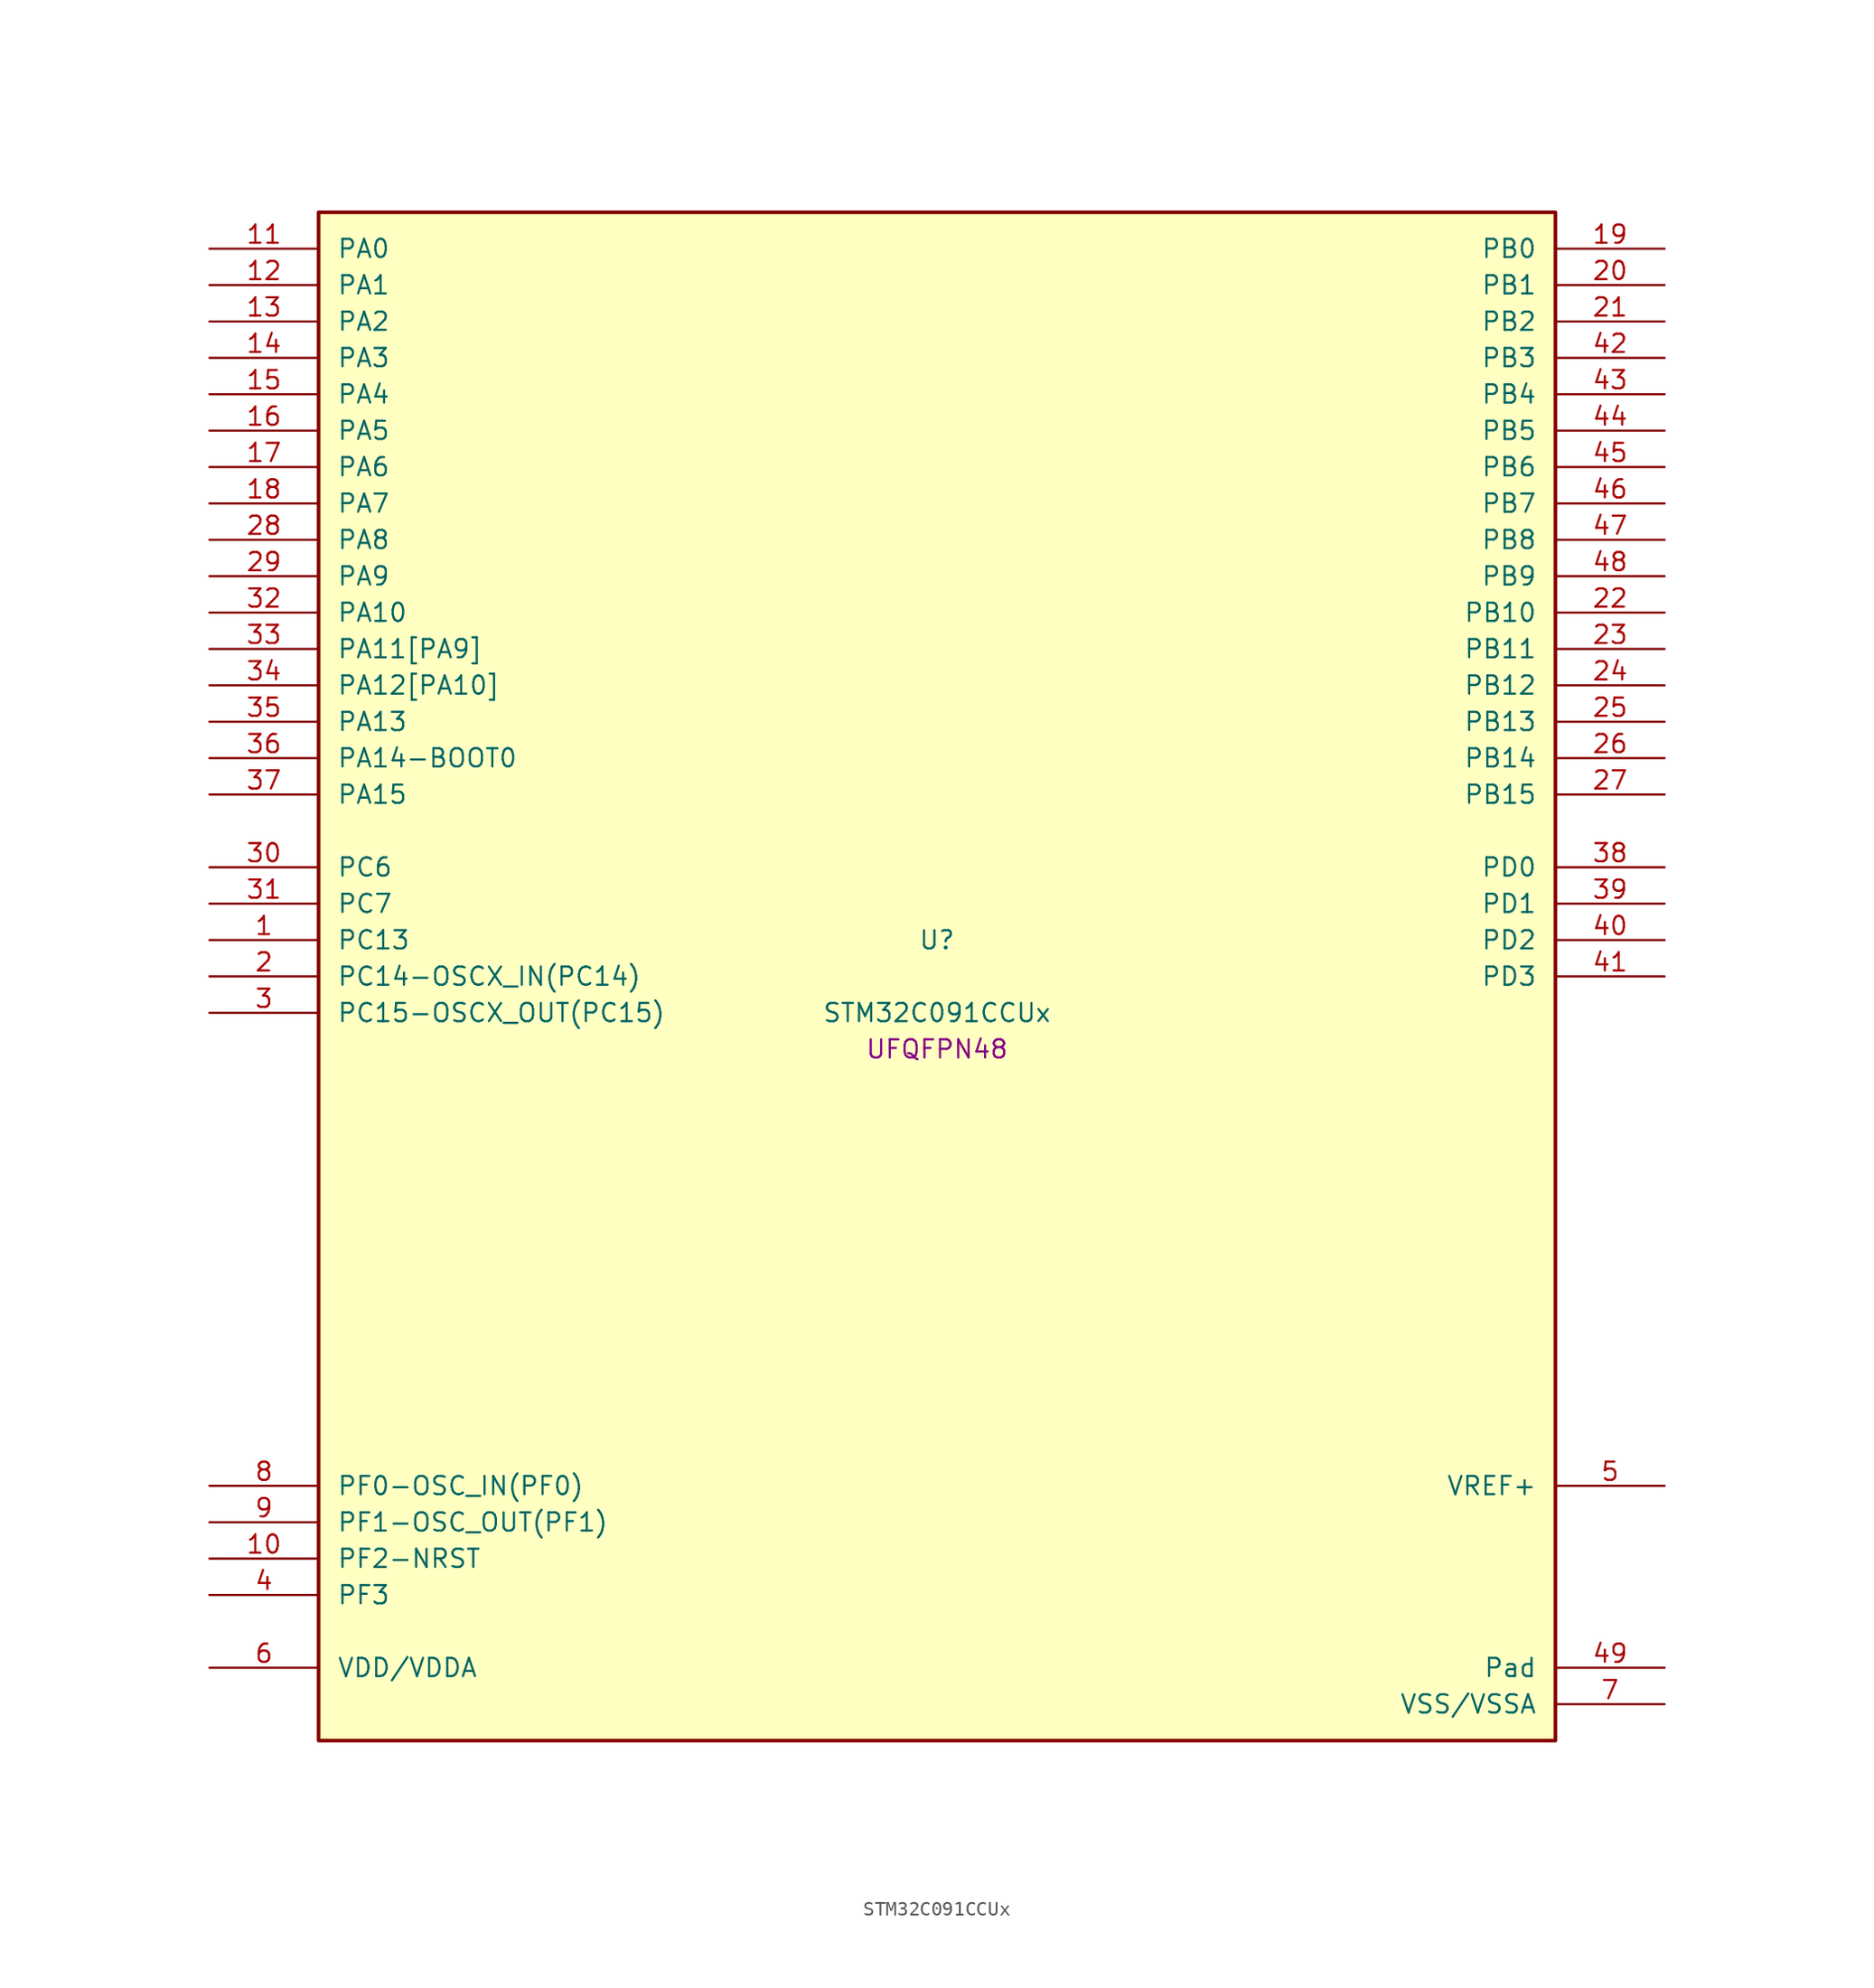
<source format=kicad_sym>
(kicad_symbol_lib
  (version 20241209)
  (generator "stm32_pkl_generator")
  (generator_version "1.0")
  (symbol "STM32C091CCUx"
    (pin_names
      (offset 1.27))
    (property "Reference" "U"
      (at 0 2.54 0))
    (property "Value" "STM32C091CCUx"
      (at 0 -2.54 0))
    (property "Footprint" "UFQFPN48"
      (at 0 -5.08 0))
    (symbol "STM32C091CCUx_1_1"
      (rectangle (start -43.18 53.34) (end 43.18 -53.34) (stroke (width 0.254) (type solid)) (fill (type background)))
      (pin bidirectional line (at -50.8 50.8 0) (length 7.62) (name "PA0") (number "11") (alternate "PA0/ADC1_IN0" bidirectional line) (alternate "PA0/PWR_WKUP1" bidirectional line) (alternate "PA0/SPI2_SCK" bidirectional line) (alternate "PA0/TIM16_CH1" bidirectional line) (alternate "PA0/TIM1_CH1" bidirectional line) (alternate "PA0/TIM2_CH1" bidirectional line) (alternate "PA0/TIM2_ETR" bidirectional line) (alternate "PA0/USART1_TX" bidirectional line) (alternate "PA0/USART2_CTS" bidirectional line) (alternate "PA0/USART2_NSS" bidirectional line) (alternate "PA0/USART4_TX" bidirectional line))
      (pin bidirectional line (at -50.8 48.26 0) (length 7.62) (name "PA1") (number "12") (alternate "PA1/ADC1_IN1" bidirectional line) (alternate "PA1/I2C1_SMBA" bidirectional line) (alternate "PA1/I2S1_CK" bidirectional line) (alternate "PA1/SPI1_SCK" bidirectional line) (alternate "PA1/TIM15_CH1N" bidirectional line) (alternate "PA1/TIM17_CH1" bidirectional line) (alternate "PA1/TIM1_CH2" bidirectional line) (alternate "PA1/TIM2_CH2" bidirectional line) (alternate "PA1/USART1_RX" bidirectional line) (alternate "PA1/USART2_CK" bidirectional line) (alternate "PA1/USART2_DE" bidirectional line) (alternate "PA1/USART2_RTS" bidirectional line) (alternate "PA1/USART4_RX" bidirectional line))
      (pin bidirectional line (at -50.8 45.72 0) (length 7.62) (name "PA2") (number "13") (alternate "PA2/ADC1_IN2" bidirectional line) (alternate "PA2/I2S1_SD" bidirectional line) (alternate "PA2/PWR_WKUP4" bidirectional line) (alternate "PA2/RCC_LSCO" bidirectional line) (alternate "PA2/SPI1_MOSI" bidirectional line) (alternate "PA2/TIM15_CH1" bidirectional line) (alternate "PA2/TIM16_CH1N" bidirectional line) (alternate "PA2/TIM1_CH3" bidirectional line) (alternate "PA2/TIM2_CH3" bidirectional line) (alternate "PA2/TIM3_ETR" bidirectional line) (alternate "PA2/USART2_TX" bidirectional line))
      (pin bidirectional line (at -50.8 43.18 0) (length 7.62) (name "PA3") (number "14") (alternate "PA3/ADC1_IN3" bidirectional line) (alternate "PA3/SPI2_MISO" bidirectional line) (alternate "PA3/TIM15_CH2" bidirectional line) (alternate "PA3/TIM1_CH1N" bidirectional line) (alternate "PA3/TIM1_CH4" bidirectional line) (alternate "PA3/TIM2_CH4" bidirectional line) (alternate "PA3/USART2_RX" bidirectional line))
      (pin bidirectional line (at -50.8 40.64 0) (length 7.62) (name "PA4") (number "15") (alternate "PA4/ADC1_IN4" bidirectional line) (alternate "PA4/I2S1_WS" bidirectional line) (alternate "PA4/RTC_OUT2" bidirectional line) (alternate "PA4/SPI1_NSS" bidirectional line) (alternate "PA4/SPI2_MOSI" bidirectional line) (alternate "PA4/TIM14_CH1" bidirectional line) (alternate "PA4/TIM17_CH1N" bidirectional line) (alternate "PA4/TIM1_CH2N" bidirectional line) (alternate "PA4/USART2_TX" bidirectional line))
      (pin bidirectional line (at -50.8 38.1 0) (length 7.62) (name "PA5") (number "16") (alternate "PA5/ADC1_IN5" bidirectional line) (alternate "PA5/I2S1_CK" bidirectional line) (alternate "PA5/SPI1_SCK" bidirectional line) (alternate "PA5/TIM1_CH1" bidirectional line) (alternate "PA5/TIM1_CH3N" bidirectional line) (alternate "PA5/TIM2_CH1" bidirectional line) (alternate "PA5/TIM2_ETR" bidirectional line) (alternate "PA5/USART2_RX" bidirectional line) (alternate "PA5/USART3_TX" bidirectional line))
      (pin bidirectional line (at -50.8 35.56 0) (length 7.62) (name "PA6") (number "17") (alternate "PA6/ADC1_IN6" bidirectional line) (alternate "PA6/I2C2_SDA" bidirectional line) (alternate "PA6/I2S1_MCK" bidirectional line) (alternate "PA6/SPI1_MISO" bidirectional line) (alternate "PA6/TIM16_CH1" bidirectional line) (alternate "PA6/TIM1_BKIN" bidirectional line) (alternate "PA6/TIM3_CH1" bidirectional line) (alternate "PA6/USART3_CTS" bidirectional line) (alternate "PA6/USART3_NSS" bidirectional line))
      (pin bidirectional line (at -50.8 33.02 0) (length 7.62) (name "PA7") (number "18") (alternate "PA7/ADC1_IN7" bidirectional line) (alternate "PA7/I2C2_SCL" bidirectional line) (alternate "PA7/I2S1_SD" bidirectional line) (alternate "PA7/SPI1_MOSI" bidirectional line) (alternate "PA7/TIM14_CH1" bidirectional line) (alternate "PA7/TIM17_CH1" bidirectional line) (alternate "PA7/TIM1_CH1N" bidirectional line) (alternate "PA7/TIM3_CH2" bidirectional line))
      (pin bidirectional line (at -50.8 30.48 0) (length 7.62) (name "PA8") (number "28") (alternate "PA8/ADC1_IN8" bidirectional line) (alternate "PA8/I2S1_WS" bidirectional line) (alternate "PA8/RCC_MCO" bidirectional line) (alternate "PA8/RCC_MCO_2" bidirectional line) (alternate "PA8/SPI1_NSS" bidirectional line) (alternate "PA8/SPI2_MISO" bidirectional line) (alternate "PA8/SPI2_NSS" bidirectional line) (alternate "PA8/TIM14_CH1" bidirectional line) (alternate "PA8/TIM1_CH1" bidirectional line) (alternate "PA8/TIM1_CH2N" bidirectional line) (alternate "PA8/TIM1_CH3N" bidirectional line) (alternate "PA8/TIM3_CH3" bidirectional line) (alternate "PA8/TIM3_CH4" bidirectional line) (alternate "PA8/USART1_RX" bidirectional line) (alternate "PA8/USART2_TX" bidirectional line))
      (pin bidirectional line (at -50.8 27.94 0) (length 7.62) (name "PA9") (number "29") (alternate "PA9/I2C1_SCL" bidirectional line) (alternate "PA9/I2C2_SCL" bidirectional line) (alternate "PA9/RCC_MCO" bidirectional line) (alternate "PA9/SPI2_MISO" bidirectional line) (alternate "PA9/TIM15_BKIN" bidirectional line) (alternate "PA9/TIM1_CH2" bidirectional line) (alternate "PA9/TIM3_ETR" bidirectional line) (alternate "PA9/USART1_TX" bidirectional line) (alternate "PA9/NC" bidirectional line))
      (pin bidirectional line (at -50.8 25.4 0) (length 7.62) (name "PA10") (number "32") (alternate "PA10/I2C1_SDA" bidirectional line) (alternate "PA10/I2C2_SDA" bidirectional line) (alternate "PA10/RCC_MCO_2" bidirectional line) (alternate "PA10/SPI2_MOSI" bidirectional line) (alternate "PA10/TIM17_BKIN" bidirectional line) (alternate "PA10/TIM1_CH3" bidirectional line) (alternate "PA10/USART1_RX" bidirectional line) (alternate "PA10/NC" bidirectional line))
      (pin bidirectional line (at -50.8 22.86 0) (length 7.62) (name "PA11[PA9]") (number "33") (alternate "PA11[PA9]/ADC1_EXTI11" bidirectional line) (alternate "PA11[PA9]/I2C2_SCL" bidirectional line) (alternate "PA11[PA9]/I2S1_MCK" bidirectional line) (alternate "PA11[PA9]/SPI1_MISO" bidirectional line) (alternate "PA11[PA9]/TIM1_BKIN2" bidirectional line) (alternate "PA11[PA9]/TIM1_CH4" bidirectional line) (alternate "PA11[PA9]/USART1_CTS" bidirectional line) (alternate "PA11[PA9]/USART1_NSS" bidirectional line) (alternate "PA11[PA9]/PA9[PA11]" bidirectional line) (alternate "PA11[PA9]/I2C1_SCL" bidirectional line) (alternate "PA11[PA9]/RCC_MCO" bidirectional line) (alternate "PA11[PA9]/SPI2_MISO" bidirectional line) (alternate "PA11[PA9]/TIM15_BKIN" bidirectional line) (alternate "PA11[PA9]/TIM1_CH2" bidirectional line) (alternate "PA11[PA9]/TIM3_ETR" bidirectional line) (alternate "PA11[PA9]/USART1_TX" bidirectional line))
      (pin bidirectional line (at -50.8 20.32 0) (length 7.62) (name "PA12[PA10]") (number "34") (alternate "PA12[PA10]/I2C2_SDA" bidirectional line) (alternate "PA12[PA10]/I2S1_SD" bidirectional line) (alternate "PA12[PA10]/I2S_CKIN" bidirectional line) (alternate "PA12[PA10]/SPI1_MOSI" bidirectional line) (alternate "PA12[PA10]/TIM1_ETR" bidirectional line) (alternate "PA12[PA10]/USART1_CK" bidirectional line) (alternate "PA12[PA10]/USART1_DE" bidirectional line) (alternate "PA12[PA10]/USART1_RTS" bidirectional line) (alternate "PA12[PA10]/PA10[PA12]" bidirectional line) (alternate "PA12[PA10]/I2C1_SDA" bidirectional line) (alternate "PA12[PA10]/RCC_MCO_2" bidirectional line) (alternate "PA12[PA10]/SPI2_MOSI" bidirectional line) (alternate "PA12[PA10]/TIM17_BKIN" bidirectional line) (alternate "PA12[PA10]/TIM1_CH3" bidirectional line) (alternate "PA12[PA10]/USART1_RX" bidirectional line))
      (pin bidirectional line (at -50.8 17.78 0) (length 7.62) (name "PA13") (number "35") (alternate "PA13/ADC1_IN13" bidirectional line) (alternate "PA13/DEBUG_SWDIO" bidirectional line) (alternate "PA13/IR_OUT" bidirectional line) (alternate "PA13/TIM3_ETR" bidirectional line) (alternate "PA13/USART2_RX" bidirectional line))
      (pin bidirectional line (at -50.8 15.24 0) (length 7.62) (name "PA14-BOOT0") (number "36") (alternate "PA14-BOOT0/ADC1_IN14" bidirectional line) (alternate "PA14-BOOT0/BOOT0" bidirectional line) (alternate "PA14-BOOT0/DEBUG_SWCLK" bidirectional line) (alternate "PA14-BOOT0/I2S1_WS" bidirectional line) (alternate "PA14-BOOT0/RCC_MCO_2" bidirectional line) (alternate "PA14-BOOT0/SPI1_NSS" bidirectional line) (alternate "PA14-BOOT0/TIM1_CH1" bidirectional line) (alternate "PA14-BOOT0/USART1_CK" bidirectional line) (alternate "PA14-BOOT0/USART1_DE" bidirectional line) (alternate "PA14-BOOT0/USART1_RTS" bidirectional line) (alternate "PA14-BOOT0/USART2_RX" bidirectional line) (alternate "PA14-BOOT0/USART2_TX" bidirectional line))
      (pin bidirectional line (at -50.8 12.7 0) (length 7.62) (name "PA15") (number "37") (alternate "PA15/I2S1_WS" bidirectional line) (alternate "PA15/RCC_MCO_2" bidirectional line) (alternate "PA15/SPI1_NSS" bidirectional line) (alternate "PA15/TIM1_CH1" bidirectional line) (alternate "PA15/TIM2_CH1" bidirectional line) (alternate "PA15/TIM2_ETR" bidirectional line) (alternate "PA15/USART1_CK" bidirectional line) (alternate "PA15/USART1_DE" bidirectional line) (alternate "PA15/USART1_RTS" bidirectional line) (alternate "PA15/USART2_RX" bidirectional line) (alternate "PA15/USART3_CK" bidirectional line) (alternate "PA15/USART3_DE" bidirectional line) (alternate "PA15/USART3_RTS" bidirectional line) (alternate "PA15/USART4_CK" bidirectional line) (alternate "PA15/USART4_DE" bidirectional line) (alternate "PA15/USART4_RTS" bidirectional line))
      (pin bidirectional line (at 50.8 50.8 180) (length 7.62) (name "PB0") (number "19") (alternate "PB0/ADC1_IN17" bidirectional line) (alternate "PB0/I2S1_WS" bidirectional line) (alternate "PB0/SPI1_NSS" bidirectional line) (alternate "PB0/TIM1_CH2N" bidirectional line) (alternate "PB0/TIM3_CH3" bidirectional line) (alternate "PB0/USART3_RX" bidirectional line))
      (pin bidirectional line (at 50.8 48.26 180) (length 7.62) (name "PB1") (number "20") (alternate "PB1/ADC1_IN18" bidirectional line) (alternate "PB1/TIM14_CH1" bidirectional line) (alternate "PB1/TIM1_CH2N" bidirectional line) (alternate "PB1/TIM1_CH3N" bidirectional line) (alternate "PB1/TIM3_CH4" bidirectional line) (alternate "PB1/USART3_CK" bidirectional line) (alternate "PB1/USART3_DE" bidirectional line) (alternate "PB1/USART3_RTS" bidirectional line))
      (pin bidirectional line (at 50.8 45.72 180) (length 7.62) (name "PB2") (number "21") (alternate "PB2/ADC1_IN19" bidirectional line) (alternate "PB2/RCC_MCO_2" bidirectional line) (alternate "PB2/SPI2_MISO" bidirectional line) (alternate "PB2/USART1_RX" bidirectional line) (alternate "PB2/USART3_TX" bidirectional line))
      (pin bidirectional line (at 50.8 43.18 180) (length 7.62) (name "PB3") (number "42") (alternate "PB3/I2C2_SCL" bidirectional line) (alternate "PB3/I2S1_CK" bidirectional line) (alternate "PB3/SPI1_SCK" bidirectional line) (alternate "PB3/TIM1_CH2" bidirectional line) (alternate "PB3/TIM2_CH2" bidirectional line) (alternate "PB3/TIM3_CH2" bidirectional line) (alternate "PB3/USART1_CK" bidirectional line) (alternate "PB3/USART1_DE" bidirectional line) (alternate "PB3/USART1_RTS" bidirectional line))
      (pin bidirectional line (at 50.8 40.64 180) (length 7.62) (name "PB4") (number "43") (alternate "PB4/I2C2_SDA" bidirectional line) (alternate "PB4/I2S1_MCK" bidirectional line) (alternate "PB4/SPI1_MISO" bidirectional line) (alternate "PB4/TIM17_BKIN" bidirectional line) (alternate "PB4/TIM3_CH1" bidirectional line) (alternate "PB4/USART1_CTS" bidirectional line) (alternate "PB4/USART1_NSS" bidirectional line))
      (pin bidirectional line (at 50.8 38.1 180) (length 7.62) (name "PB5") (number "44") (alternate "PB5/I2C1_SMBA" bidirectional line) (alternate "PB5/I2S1_SD" bidirectional line) (alternate "PB5/PWR_WKUP6" bidirectional line) (alternate "PB5/SPI1_MOSI" bidirectional line) (alternate "PB5/TIM16_BKIN" bidirectional line) (alternate "PB5/TIM3_CH2" bidirectional line) (alternate "PB5/TIM3_CH3" bidirectional line))
      (pin bidirectional line (at 50.8 35.56 180) (length 7.62) (name "PB6") (number "45") (alternate "PB6/I2C1_SCL" bidirectional line) (alternate "PB6/I2C1_SMBA" bidirectional line) (alternate "PB6/I2S1_CK" bidirectional line) (alternate "PB6/I2S1_MCK" bidirectional line) (alternate "PB6/I2S1_SD" bidirectional line) (alternate "PB6/PWR_WKUP3" bidirectional line) (alternate "PB6/SPI1_MISO" bidirectional line) (alternate "PB6/SPI1_MOSI" bidirectional line) (alternate "PB6/SPI1_SCK" bidirectional line) (alternate "PB6/SPI2_MISO" bidirectional line) (alternate "PB6/TIM16_BKIN" bidirectional line) (alternate "PB6/TIM16_CH1N" bidirectional line) (alternate "PB6/TIM1_CH2" bidirectional line) (alternate "PB6/TIM1_CH3" bidirectional line) (alternate "PB6/TIM3_CH1" bidirectional line) (alternate "PB6/TIM3_CH2" bidirectional line) (alternate "PB6/TIM3_CH3" bidirectional line) (alternate "PB6/USART1_CTS" bidirectional line) (alternate "PB6/USART1_NSS" bidirectional line) (alternate "PB6/USART1_TX" bidirectional line))
      (pin bidirectional line (at 50.8 33.02 180) (length 7.62) (name "PB7") (number "46") (alternate "PB7/I2C1_SCL" bidirectional line) (alternate "PB7/I2C1_SDA" bidirectional line) (alternate "PB7/SPI2_MOSI" bidirectional line) (alternate "PB7/TIM16_CH1" bidirectional line) (alternate "PB7/TIM17_CH1N" bidirectional line) (alternate "PB7/TIM1_CH4" bidirectional line) (alternate "PB7/TIM3_CH1" bidirectional line) (alternate "PB7/TIM3_CH4" bidirectional line) (alternate "PB7/USART1_RX" bidirectional line) (alternate "PB7/USART2_CTS" bidirectional line) (alternate "PB7/USART2_NSS" bidirectional line) (alternate "PB7/USART4_CTS" bidirectional line) (alternate "PB7/USART4_NSS" bidirectional line))
      (pin bidirectional line (at 50.8 30.48 180) (length 7.62) (name "PB8") (number "47") (alternate "PB8/I2C1_SCL" bidirectional line) (alternate "PB8/SPI2_SCK" bidirectional line) (alternate "PB8/TIM15_BKIN" bidirectional line) (alternate "PB8/TIM16_CH1" bidirectional line) (alternate "PB8/TIM3_CH1" bidirectional line) (alternate "PB8/USART2_CTS" bidirectional line) (alternate "PB8/USART2_NSS" bidirectional line) (alternate "PB8/USART3_TX" bidirectional line))
      (pin bidirectional line (at 50.8 27.94 180) (length 7.62) (name "PB9") (number "48") (alternate "PB9/I2C1_SDA" bidirectional line) (alternate "PB9/IR_OUT" bidirectional line) (alternate "PB9/SPI2_NSS" bidirectional line) (alternate "PB9/TIM17_CH1" bidirectional line) (alternate "PB9/TIM3_CH2" bidirectional line) (alternate "PB9/USART2_CK" bidirectional line) (alternate "PB9/USART2_DE" bidirectional line) (alternate "PB9/USART2_RTS" bidirectional line) (alternate "PB9/USART3_RX" bidirectional line))
      (pin bidirectional line (at 50.8 25.4 180) (length 7.62) (name "PB10") (number "22") (alternate "PB10/ADC1_IN20" bidirectional line) (alternate "PB10/I2C2_SCL" bidirectional line) (alternate "PB10/SPI2_SCK" bidirectional line) (alternate "PB10/TIM2_CH3" bidirectional line) (alternate "PB10/USART3_TX" bidirectional line))
      (pin bidirectional line (at 50.8 22.86 180) (length 7.62) (name "PB11") (number "23") (alternate "PB11/ADC1_EXTI11" bidirectional line) (alternate "PB11/ADC1_IN21" bidirectional line) (alternate "PB11/I2C2_SDA" bidirectional line) (alternate "PB11/SPI2_MOSI" bidirectional line) (alternate "PB11/TIM2_CH4" bidirectional line) (alternate "PB11/USART3_RX" bidirectional line))
      (pin bidirectional line (at 50.8 20.32 180) (length 7.62) (name "PB12") (number "24") (alternate "PB12/ADC1_IN22" bidirectional line) (alternate "PB12/SPI2_NSS" bidirectional line) (alternate "PB12/TIM15_BKIN" bidirectional line) (alternate "PB12/TIM1_BKIN" bidirectional line) (alternate "PB12/TIM1_BKIN2" bidirectional line))
      (pin bidirectional line (at 50.8 17.78 180) (length 7.62) (name "PB13") (number "25") (alternate "PB13/I2C2_SCL" bidirectional line) (alternate "PB13/SPI2_SCK" bidirectional line) (alternate "PB13/TIM15_CH1N" bidirectional line) (alternate "PB13/TIM1_CH1N" bidirectional line) (alternate "PB13/USART3_CTS" bidirectional line) (alternate "PB13/USART3_NSS" bidirectional line))
      (pin bidirectional line (at 50.8 15.24 180) (length 7.62) (name "PB14") (number "26") (alternate "PB14/I2C2_SDA" bidirectional line) (alternate "PB14/SPI2_MISO" bidirectional line) (alternate "PB14/TIM15_CH1" bidirectional line) (alternate "PB14/TIM1_CH2N" bidirectional line) (alternate "PB14/USART3_CK" bidirectional line) (alternate "PB14/USART3_DE" bidirectional line) (alternate "PB14/USART3_RTS" bidirectional line))
      (pin bidirectional line (at 50.8 12.7 180) (length 7.62) (name "PB15") (number "27") (alternate "PB15/RTC_REFIN" bidirectional line) (alternate "PB15/SPI2_MOSI" bidirectional line) (alternate "PB15/TIM15_CH1N" bidirectional line) (alternate "PB15/TIM15_CH2" bidirectional line) (alternate "PB15/TIM1_CH3N" bidirectional line))
      (pin bidirectional line (at -50.8 7.62 0) (length 7.62) (name "PC6") (number "30") (alternate "PC6/TIM2_CH3" bidirectional line) (alternate "PC6/TIM3_CH1" bidirectional line))
      (pin bidirectional line (at -50.8 5.08 0) (length 7.62) (name "PC7") (number "31") (alternate "PC7/TIM2_CH4" bidirectional line) (alternate "PC7/TIM3_CH2" bidirectional line))
      (pin bidirectional line (at -50.8 2.54 0) (length 7.62) (name "PC13") (number "1") (alternate "PC13/PWR_WKUP2" bidirectional line) (alternate "PC13/RTC_OUT1" bidirectional line) (alternate "PC13/RTC_TS" bidirectional line) (alternate "PC13/TIM1_BKIN" bidirectional line) (alternate "PC13/TIM1_ETR" bidirectional line))
      (pin bidirectional line (at -50.8 0 0) (length 7.62) (name "PC14-OSCX_IN(PC14)") (number "2") (alternate "PC14-OSCX_IN(PC14)/I2C1_SDA" bidirectional line) (alternate "PC14-OSCX_IN(PC14)/IR_OUT" bidirectional line) (alternate "PC14-OSCX_IN(PC14)/RCC_OSCX_IN" bidirectional line) (alternate "PC14-OSCX_IN(PC14)/SPI2_NSS" bidirectional line) (alternate "PC14-OSCX_IN(PC14)/TIM17_CH1" bidirectional line) (alternate "PC14-OSCX_IN(PC14)/TIM1_BKIN2" bidirectional line) (alternate "PC14-OSCX_IN(PC14)/TIM1_ETR" bidirectional line) (alternate "PC14-OSCX_IN(PC14)/TIM3_CH2" bidirectional line) (alternate "PC14-OSCX_IN(PC14)/USART1_TX" bidirectional line) (alternate "PC14-OSCX_IN(PC14)/USART2_CK" bidirectional line) (alternate "PC14-OSCX_IN(PC14)/USART2_DE" bidirectional line) (alternate "PC14-OSCX_IN(PC14)/USART2_RTS" bidirectional line) (alternate "PC14-OSCX_IN(PC14)/USART3_TX" bidirectional line))
      (pin bidirectional line (at -50.8 -2.54 0) (length 7.62) (name "PC15-OSCX_OUT(PC15)") (number "3") (alternate "PC15-OSCX_OUT(PC15)/RCC_OSC32_EN" bidirectional line) (alternate "PC15-OSCX_OUT(PC15)/RCC_OSCX_OUT" bidirectional line) (alternate "PC15-OSCX_OUT(PC15)/RCC_OSC_EN" bidirectional line) (alternate "PC15-OSCX_OUT(PC15)/TIM15_BKIN" bidirectional line) (alternate "PC15-OSCX_OUT(PC15)/TIM1_ETR" bidirectional line) (alternate "PC15-OSCX_OUT(PC15)/TIM3_CH3" bidirectional line))
      (pin bidirectional line (at 50.8 7.62 180) (length 7.62) (name "PD0") (number "38") (alternate "PD0/SPI2_NSS" bidirectional line) (alternate "PD0/TIM16_CH1" bidirectional line))
      (pin bidirectional line (at 50.8 5.08 180) (length 7.62) (name "PD1") (number "39") (alternate "PD1/SPI2_SCK" bidirectional line) (alternate "PD1/TIM17_CH1" bidirectional line))
      (pin bidirectional line (at 50.8 2.54 180) (length 7.62) (name "PD2") (number "40") (alternate "PD2/TIM1_CH1N" bidirectional line) (alternate "PD2/TIM3_ETR" bidirectional line) (alternate "PD2/USART3_CK" bidirectional line) (alternate "PD2/USART3_DE" bidirectional line) (alternate "PD2/USART3_RTS" bidirectional line))
      (pin bidirectional line (at 50.8 0 180) (length 7.62) (name "PD3") (number "41") (alternate "PD3/SPI2_MISO" bidirectional line) (alternate "PD3/TIM1_CH2N" bidirectional line) (alternate "PD3/USART2_CTS" bidirectional line) (alternate "PD3/USART2_NSS" bidirectional line))
      (pin bidirectional line (at -50.8 -35.56 0) (length 7.62) (name "PF0-OSC_IN(PF0)") (number "8") (alternate "PF0-OSC_IN(PF0)/RCC_OSC_IN" bidirectional line) (alternate "PF0-OSC_IN(PF0)/TIM14_CH1" bidirectional line))
      (pin bidirectional line (at -50.8 -38.1 0) (length 7.62) (name "PF1-OSC_OUT(PF1)") (number "9") (alternate "PF1-OSC_OUT(PF1)/RCC_OSC_EN" bidirectional line) (alternate "PF1-OSC_OUT(PF1)/RCC_OSC_OUT" bidirectional line) (alternate "PF1-OSC_OUT(PF1)/TIM15_CH1N" bidirectional line))
      (pin bidirectional line (at -50.8 -40.64 0) (length 7.62) (name "PF2-NRST") (number "10") (alternate "PF2-NRST/RCC_MCO" bidirectional line) (alternate "PF2-NRST/TIM1_CH4" bidirectional line))
      (pin bidirectional line (at -50.8 -43.18 0) (length 7.62) (name "PF3") (number "4"))
      (pin bidirectional line (at 50.8 -35.56 180) (length 7.62) (name "VREF+") (number "5"))
      (pin power_in line (at -50.8 -48.26 0) (length 7.62) (name "VDD/VDDA") (number "6"))
      (pin passive line (at 50.8 -48.26 180) (length 7.62) (name "Pad") (number "49"))
      (pin power_in line (at 50.8 -50.8 180) (length 7.62) (name "VSS/VSSA") (number "7")))))
</source>
